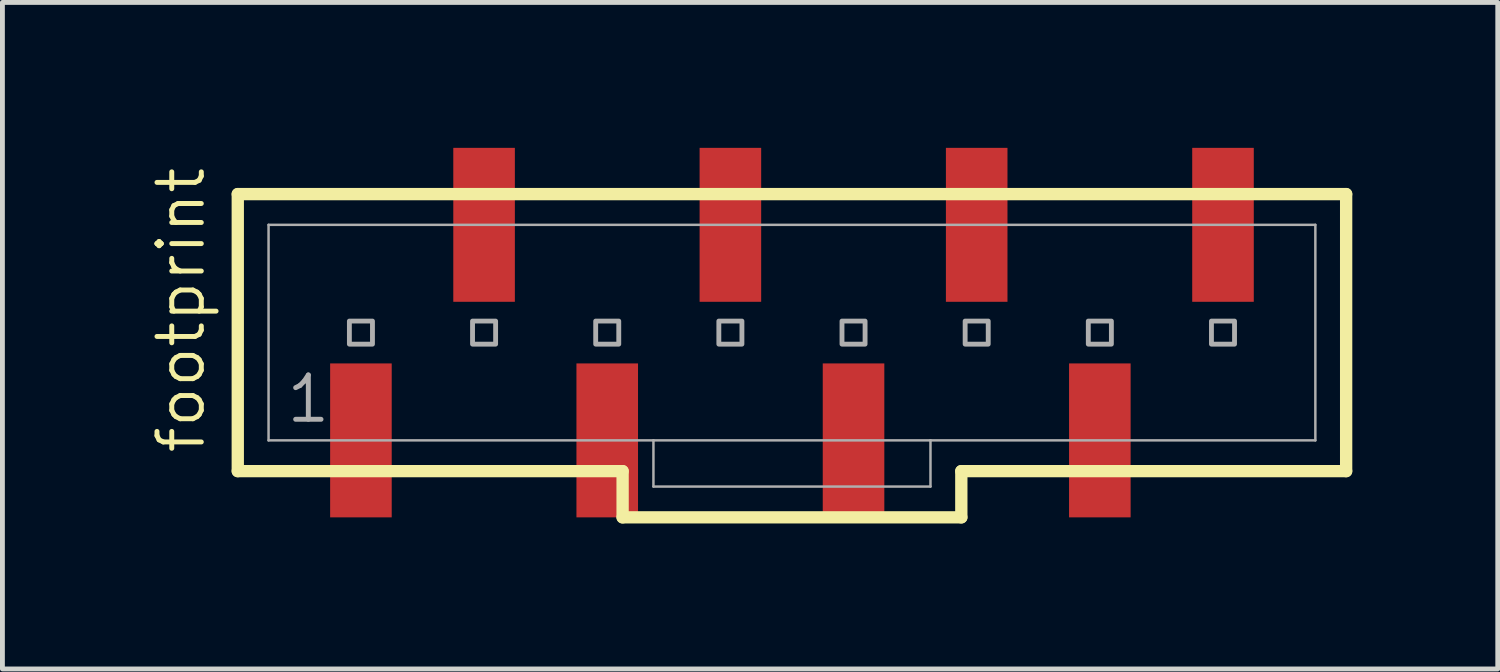
<source format=kicad_pcb>
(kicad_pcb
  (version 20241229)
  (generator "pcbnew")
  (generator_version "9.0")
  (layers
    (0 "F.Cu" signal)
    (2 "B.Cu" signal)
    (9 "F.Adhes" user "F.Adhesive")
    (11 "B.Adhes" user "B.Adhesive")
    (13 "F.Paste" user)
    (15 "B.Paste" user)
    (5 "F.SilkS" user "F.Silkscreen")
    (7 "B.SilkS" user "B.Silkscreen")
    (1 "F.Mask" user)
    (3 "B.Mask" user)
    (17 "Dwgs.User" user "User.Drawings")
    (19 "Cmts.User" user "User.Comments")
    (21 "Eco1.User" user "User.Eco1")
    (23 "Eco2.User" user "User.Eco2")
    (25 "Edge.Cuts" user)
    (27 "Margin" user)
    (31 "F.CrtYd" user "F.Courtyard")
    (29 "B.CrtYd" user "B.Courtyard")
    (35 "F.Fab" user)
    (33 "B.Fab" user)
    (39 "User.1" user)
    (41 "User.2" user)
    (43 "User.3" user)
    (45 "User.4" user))
  (footprint "footprint"
    (layer "F.Cu")
    (at 13.284 3.81)
    (property "Reference" "footprint" (at -12.065 2.54 90) (layer "F.SilkS") (effects (font (size 0.914 0.914) (thickness 0.102)) (justify left bottom)))
    (fp_line (start -11.43 -2.857) (end -11.43 2.857) (stroke (width 0.254) (type solid)) (layer "F.SilkS"))
    (fp_line (start -11.43 2.857) (end -3.493 2.857) (stroke (width 0.254) (type solid)) (layer "F.SilkS"))
    (fp_line (start -3.493 2.857) (end -3.493 3.81) (stroke (width 0.254) (type solid)) (layer "F.SilkS"))
    (fp_line (start -3.493 3.81) (end 3.493 3.81) (stroke (width 0.254) (type solid)) (layer "F.SilkS"))
    (fp_line (start 3.493 2.857) (end 11.43 2.857) (stroke (width 0.254) (type solid)) (layer "F.SilkS"))
    (fp_line (start 3.493 3.81) (end 3.493 2.857) (stroke (width 0.254) (type solid)) (layer "F.SilkS"))
    (fp_line (start 11.43 -2.857) (end -11.43 -2.857) (stroke (width 0.254) (type solid)) (layer "F.SilkS"))
    (fp_line (start 11.43 2.857) (end 11.43 -2.857) (stroke (width 0.254) (type solid)) (layer "F.SilkS"))
    (fp_line (start -10.795 -2.223) (end -10.795 2.223) (stroke (width 0.051) (type solid)) (layer "F.Fab"))
    (fp_line (start -10.795 -2.223) (end 10.795 -2.223) (stroke (width 0.051) (type solid)) (layer "F.Fab"))
    (fp_line (start -10.795 2.223) (end -2.857 2.223) (stroke (width 0.051) (type solid)) (layer "F.Fab"))
    (fp_line (start -2.857 2.223) (end -2.857 3.175) (stroke (width 0.051) (type solid)) (layer "F.Fab"))
    (fp_line (start -2.857 2.223) (end 2.857 2.223) (stroke (width 0.051) (type solid)) (layer "F.Fab"))
    (fp_line (start 2.857 2.223) (end 2.857 3.175) (stroke (width 0.051) (type solid)) (layer "F.Fab"))
    (fp_line (start 2.857 2.223) (end 10.795 2.223) (stroke (width 0.051) (type solid)) (layer "F.Fab"))
    (fp_line (start 2.857 3.175) (end -2.857 3.175) (stroke (width 0.051) (type solid)) (layer "F.Fab"))
    (fp_line (start 10.795 -2.223) (end 10.795 2.223) (stroke (width 0.051) (type solid)) (layer "F.Fab"))
    (fp_poly (pts (xy -9.128 0.238) (xy -8.652 0.238) (xy -8.652 -0.238) (xy -9.128 -0.238)) (stroke (width 0.1) (type solid)) (fill no) (layer "F.Fab"))
    (fp_poly (pts (xy -6.588 0.238) (xy -6.112 0.238) (xy -6.112 -0.238) (xy -6.588 -0.238)) (stroke (width 0.1) (type solid)) (fill no) (layer "F.Fab"))
    (fp_poly (pts (xy -4.048 0.238) (xy -3.572 0.238) (xy -3.572 -0.238) (xy -4.048 -0.238)) (stroke (width 0.1) (type solid)) (fill no) (layer "F.Fab"))
    (fp_poly (pts (xy -1.508 0.238) (xy -1.032 0.238) (xy -1.032 -0.238) (xy -1.508 -0.238)) (stroke (width 0.1) (type solid)) (fill no) (layer "F.Fab"))
    (fp_poly (pts (xy 1.032 0.238) (xy 1.508 0.238) (xy 1.508 -0.238) (xy 1.032 -0.238)) (stroke (width 0.1) (type solid)) (fill no) (layer "F.Fab"))
    (fp_poly (pts (xy 3.572 0.238) (xy 4.048 0.238) (xy 4.048 -0.238) (xy 3.572 -0.238)) (stroke (width 0.1) (type solid)) (fill no) (layer "F.Fab"))
    (fp_poly (pts (xy 6.112 0.238) (xy 6.588 0.238) (xy 6.588 -0.238) (xy 6.112 -0.238)) (stroke (width 0.1) (type solid)) (fill no) (layer "F.Fab"))
    (fp_poly (pts (xy 8.652 0.238) (xy 9.128 0.238) (xy 9.128 -0.238) (xy 8.652 -0.238)) (stroke (width 0.1) (type solid)) (fill no) (layer "F.Fab"))
    (fp_text user "1" (at -10.477 1.905 0) (layer "F.Fab") (effects (font (size 0.914 0.914) (thickness 0.102)) (justify left bottom)))
    (pad "1" smd rect (at -8.89 2.223 270) (size 3.175 1.27) (layers "F.Cu" "F.Mask" "F.Paste"))
    (pad "2" smd rect (at -6.35 -2.223 270) (size 3.175 1.27) (layers "F.Cu" "F.Mask" "F.Paste"))
    (pad "3" smd rect (at -3.81 2.223 270) (size 3.175 1.27) (layers "F.Cu" "F.Mask" "F.Paste"))
    (pad "4" smd rect (at -1.27 -2.223 270) (size 3.175 1.27) (layers "F.Cu" "F.Mask" "F.Paste"))
    (pad "5" smd rect (at 1.27 2.223 270) (size 3.175 1.27) (layers "F.Cu" "F.Mask" "F.Paste"))
    (pad "6" smd rect (at 3.81 -2.223 270) (size 3.175 1.27) (layers "F.Cu" "F.Mask" "F.Paste"))
    (pad "7" smd rect (at 6.35 2.223 270) (size 3.175 1.27) (layers "F.Cu" "F.Mask" "F.Paste"))
    (pad "8" smd rect (at 8.89 -2.223 270) (size 3.175 1.27) (layers "F.Cu" "F.Mask" "F.Paste")))
  (gr_rect
    (start -3 -3)
    (end 27.841 10.747)
    (stroke (width 0.1) (type default))
    (fill no)
    (layer "Edge.Cuts")))
</source>
